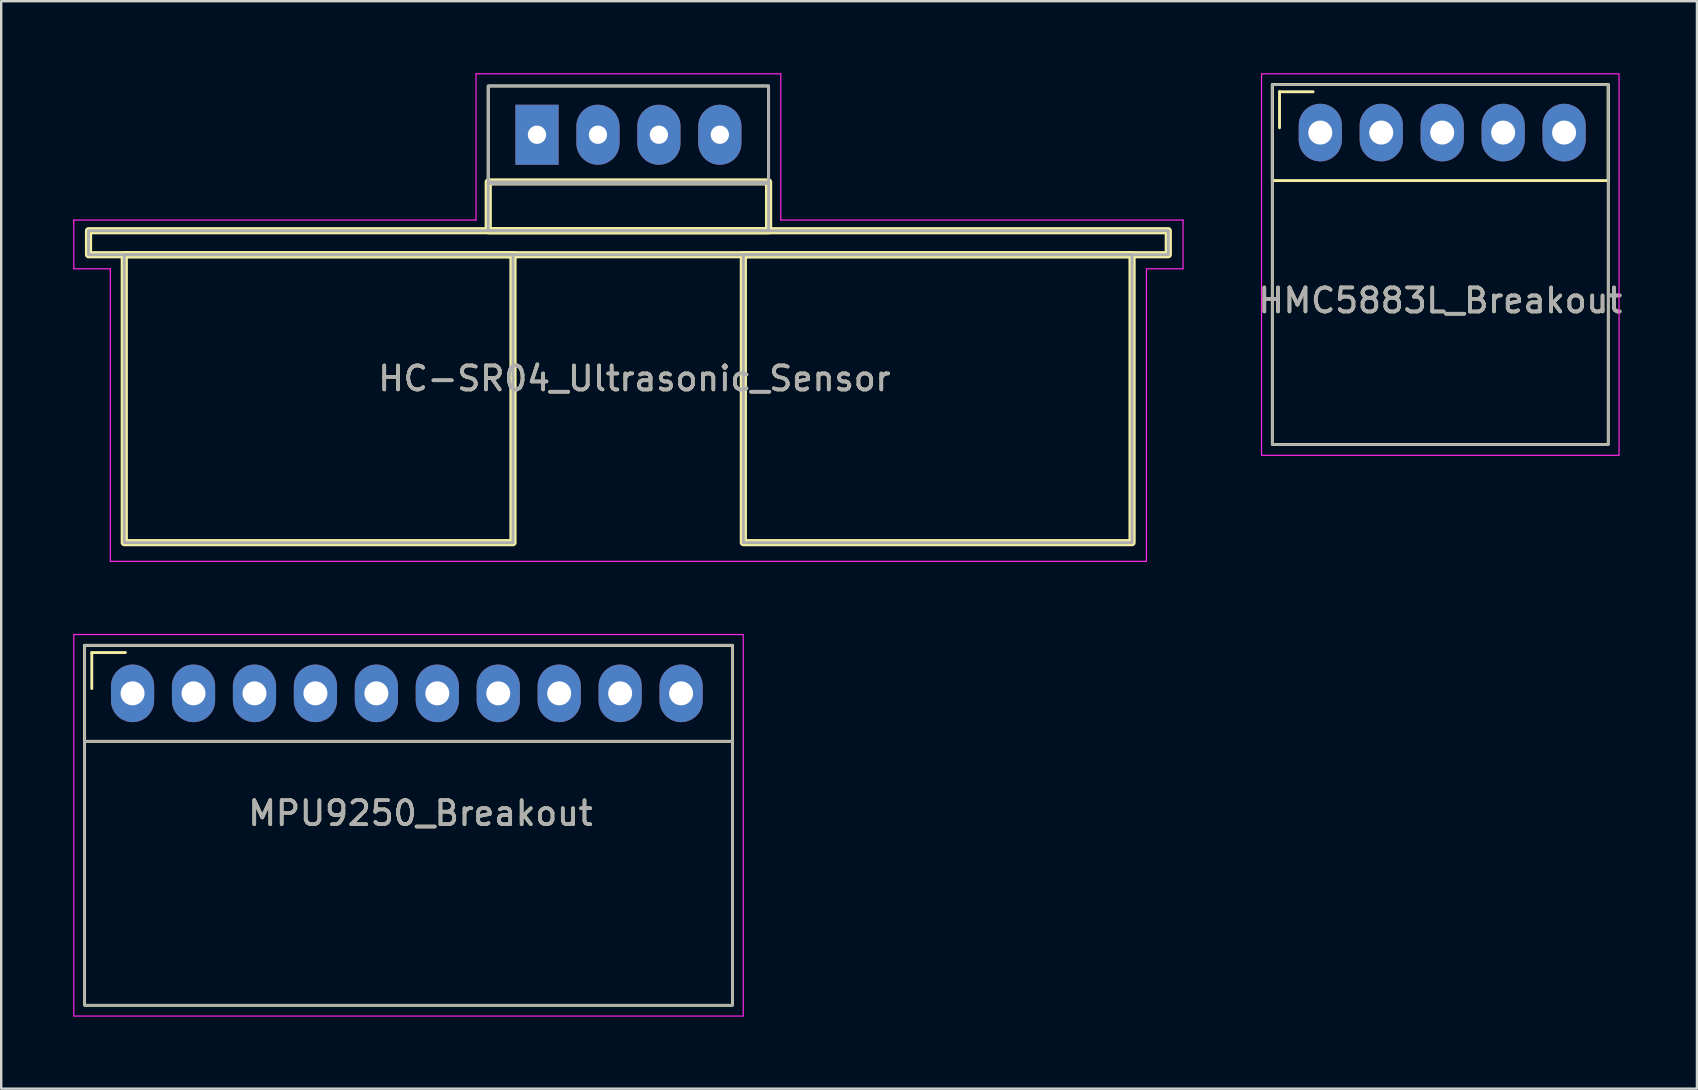
<source format=kicad_pcb>
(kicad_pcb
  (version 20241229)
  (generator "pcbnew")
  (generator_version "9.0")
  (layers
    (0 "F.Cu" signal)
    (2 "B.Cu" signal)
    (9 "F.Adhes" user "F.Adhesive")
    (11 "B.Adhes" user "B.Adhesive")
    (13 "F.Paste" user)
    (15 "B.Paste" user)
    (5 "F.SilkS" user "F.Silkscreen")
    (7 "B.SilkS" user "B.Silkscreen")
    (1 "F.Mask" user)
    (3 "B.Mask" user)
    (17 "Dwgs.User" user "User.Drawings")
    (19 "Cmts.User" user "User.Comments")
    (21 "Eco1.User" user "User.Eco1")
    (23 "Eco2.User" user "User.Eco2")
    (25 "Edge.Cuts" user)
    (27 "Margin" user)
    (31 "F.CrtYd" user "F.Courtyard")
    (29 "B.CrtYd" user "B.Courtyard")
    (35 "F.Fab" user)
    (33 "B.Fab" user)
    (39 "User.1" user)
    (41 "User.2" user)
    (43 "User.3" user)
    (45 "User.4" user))
  (footprint "HMC5883L_Breakout"
    (layer "F.Cu")
    (at 51.974 2.475)
    (property "Reference" "HMC5883L_Breakout" (at 5 7 0) (unlocked yes) (layer "F.SilkS") (effects (font (size 1 1) (thickness 0.15))))
    (attr through_hole)
    (fp_line (start -1.7 -1.7) (end -0.3 -1.7) (stroke (width 0.12) (type solid)) (layer "F.SilkS"))
    (fp_line (start -1.7 -0.2) (end -1.7 -1.7) (stroke (width 0.12) (type solid)) (layer "F.SilkS"))
    (fp_rect (start -2 -2) (end 12 2) (stroke (width 0.12) (type solid)) (fill no) (layer "F.SilkS"))
    (fp_rect (start -2 -2) (end 12 13) (stroke (width 0.12) (type solid)) (fill no) (layer "F.SilkS"))
    (fp_rect (start -2.45 -2.45) (end 12.45 13.45) (stroke (width 0.05) (type solid)) (fill no) (layer "F.CrtYd"))
    (fp_rect (start -2 -2) (end 12 13) (stroke (width 0.1) (type solid)) (fill no) (layer "F.Fab"))
    (fp_text user "${REFERENCE}" (at 5 7 0) (unlocked yes) (layer "F.Fab") (effects (font (size 1 1) (thickness 0.15))))
    (pad "1" thru_hole oval (at 0 0) (size 1.8 2.4) (drill 1) (layers "*.Cu" "*.Mask"))
    (pad "2" thru_hole oval (at 2.54 0) (size 1.8 2.4) (drill 1) (layers "*.Cu" "*.Mask"))
    (pad "3" thru_hole oval (at 5.08 0) (size 1.8 2.4) (drill 1) (layers "*.Cu" "*.Mask"))
    (pad "4" thru_hole oval (at 7.62 0) (size 1.8 2.4) (drill 1) (layers "*.Cu" "*.Mask"))
    (pad "5" thru_hole oval (at 10.16 0) (size 1.8 2.4) (drill 1) (layers "*.Cu" "*.Mask")))
  (footprint "MPU9250_Breakout"
    (layer "F.Cu")
    (at 2.475 25.845)
    (property "Reference" "MPU9250_Breakout" (at 12 5 0) (unlocked yes) (layer "F.SilkS") (effects (font (size 1 1) (thickness 0.15))))
    (attr through_hole)
    (fp_line (start -1.7 -1.7) (end -0.3 -1.7) (stroke (width 0.12) (type solid)) (layer "F.SilkS"))
    (fp_line (start -1.7 -0.2) (end -1.7 -1.7) (stroke (width 0.12) (type solid)) (layer "F.SilkS"))
    (fp_rect (start -2 -2) (end 25 2) (stroke (width 0.12) (type solid)) (fill no) (layer "F.SilkS"))
    (fp_rect (start -2 -2) (end 25 13) (stroke (width 0.12) (type solid)) (fill no) (layer "F.SilkS"))
    (fp_rect (start -2.45 -2.45) (end 25.45 13.45) (stroke (width 0.05) (type solid)) (fill no) (layer "F.CrtYd"))
    (fp_line (start -2 2) (end 25 2) (stroke (width 0.1) (type solid)) (layer "F.Fab"))
    (fp_rect (start -2 -2) (end 25 13) (stroke (width 0.1) (type solid)) (fill no) (layer "F.Fab"))
    (fp_text user "${REFERENCE}" (at 12 5 0) (unlocked yes) (layer "F.Fab") (effects (font (size 1 1) (thickness 0.15))))
    (pad "1" thru_hole oval (at 0 0) (size 1.8 2.4) (drill 1) (layers "*.Cu" "*.Mask"))
    (pad "2" thru_hole oval (at 2.54 0) (size 1.8 2.4) (drill 1) (layers "*.Cu" "*.Mask"))
    (pad "3" thru_hole oval (at 5.08 0) (size 1.8 2.4) (drill 1) (layers "*.Cu" "*.Mask"))
    (pad "4" thru_hole oval (at 7.62 0) (size 1.8 2.4) (drill 1) (layers "*.Cu" "*.Mask"))
    (pad "5" thru_hole oval (at 10.16 0) (size 1.8 2.4) (drill 1) (layers "*.Cu" "*.Mask"))
    (pad "6" thru_hole oval (at 12.7 0) (size 1.8 2.4) (drill 1) (layers "*.Cu" "*.Mask"))
    (pad "7" thru_hole oval (at 15.24 0) (size 1.8 2.4) (drill 1) (layers "*.Cu" "*.Mask"))
    (pad "8" thru_hole oval (at 17.78 0) (size 1.8 2.4) (drill 1) (layers "*.Cu" "*.Mask"))
    (pad "9" thru_hole oval (at 20.32 0) (size 1.8 2.4) (drill 1) (layers "*.Cu" "*.Mask"))
    (pad "10" thru_hole oval (at 22.86 0) (size 1.8 2.4) (drill 1) (layers "*.Cu" "*.Mask")))
  (footprint "HC-SR04_Ultrasonic_Sensor"
    (layer "F.Cu")
    (at 19.329 2.565)
    (property "Reference" "HC-SR04_Ultrasonic_Sensor" (at 4.064 10.16 0) (unlocked yes) (layer "F.SilkS") (effects (font (size 1 1) (thickness 0.15))))
    (attr through_hole)
    (fp_rect (start -18.69 4) (end 26.31 5) (stroke (width 0.3) (type solid)) (fill no) (layer "F.SilkS"))
    (fp_rect (start -17.2 5) (end -1 17) (stroke (width 0.3) (type solid)) (fill no) (layer "F.SilkS"))
    (fp_rect (start -2.032 -2.032) (end 9.652 2.032) (stroke (width 0.12) (type solid)) (fill no) (layer "F.SilkS"))
    (fp_rect (start -2.032 4) (end 9.652 1.968) (stroke (width 0.3) (type solid)) (fill no) (layer "F.SilkS"))
    (fp_rect (start 8.6 5) (end 24.8 17) (stroke (width 0.3) (type solid)) (fill no) (layer "F.SilkS"))
    (fp_line (start -19.304 3.556) (end -19.304 5.588) (stroke (width 0.05) (type solid)) (layer "F.CrtYd"))
    (fp_line (start -19.304 5.588) (end -17.78 5.588) (stroke (width 0.05) (type solid)) (layer "F.CrtYd"))
    (fp_line (start -17.78 5.588) (end -17.78 17.78) (stroke (width 0.05) (type solid)) (layer "F.CrtYd"))
    (fp_line (start -17.78 17.78) (end 25.4 17.78) (stroke (width 0.05) (type solid)) (layer "F.CrtYd"))
    (fp_line (start -2.54 -2.54) (end -2.54 3.556) (stroke (width 0.05) (type solid)) (layer "F.CrtYd"))
    (fp_line (start -2.54 3.556) (end -19.304 3.556) (stroke (width 0.05) (type solid)) (layer "F.CrtYd"))
    (fp_line (start 10.16 -2.54) (end -2.54 -2.54) (stroke (width 0.05) (type solid)) (layer "F.CrtYd"))
    (fp_line (start 10.16 3.556) (end 10.16 -2.54) (stroke (width 0.05) (type solid)) (layer "F.CrtYd"))
    (fp_line (start 25.4 5.588) (end 25.4 17.78) (stroke (width 0.05) (type solid)) (layer "F.CrtYd"))
    (fp_line (start 26.924 3.556) (end 10.16 3.556) (stroke (width 0.05) (type solid)) (layer "F.CrtYd"))
    (fp_line (start 26.924 3.556) (end 26.924 5.588) (stroke (width 0.05) (type solid)) (layer "F.CrtYd"))
    (fp_line (start 26.924 5.588) (end 25.4 5.588) (stroke (width 0.05) (type solid)) (layer "F.CrtYd"))
    (fp_rect (start -18.69 4) (end 26.31 5) (stroke (width 0.12) (type solid)) (fill no) (layer "F.Fab"))
    (fp_rect (start -17.2 5) (end -1 17) (stroke (width 0.12) (type solid)) (fill no) (layer "F.Fab"))
    (fp_rect (start -2.032 -2.032) (end 9.652 2.032) (stroke (width 0.12) (type solid)) (fill no) (layer "F.Fab"))
    (fp_rect (start -2.032 4) (end 9.652 1.968) (stroke (width 0.12) (type solid)) (fill no) (layer "F.Fab"))
    (fp_rect (start 8.6 5) (end 24.8 17) (stroke (width 0.12) (type solid)) (fill no) (layer "F.Fab"))
    (fp_text user "${REFERENCE}" (at 4.064 10.16 0) (unlocked yes) (layer "F.Fab") (effects (font (size 1 1) (thickness 0.15))))
    (pad "1" thru_hole rect (at 0 0 180) (size 1.8 2.5) (drill 0.762) (layers "*.Cu" "*.Mask"))
    (pad "2" thru_hole oval (at 2.54 0 180) (size 1.8 2.5) (drill 0.762) (layers "*.Cu" "*.Mask"))
    (pad "3" thru_hole oval (at 5.08 0 180) (size 1.8 2.5) (drill 0.762) (layers "*.Cu" "*.Mask"))
    (pad "4" thru_hole oval (at 7.62 0 180) (size 1.8 2.5) (drill 0.762) (layers "*.Cu" "*.Mask")))
  (gr_rect
    (start -3 -3)
    (end 67.671 42.32)
    (stroke (width 0.1) (type default))
    (fill no)
    (layer "Edge.Cuts")))
</source>
